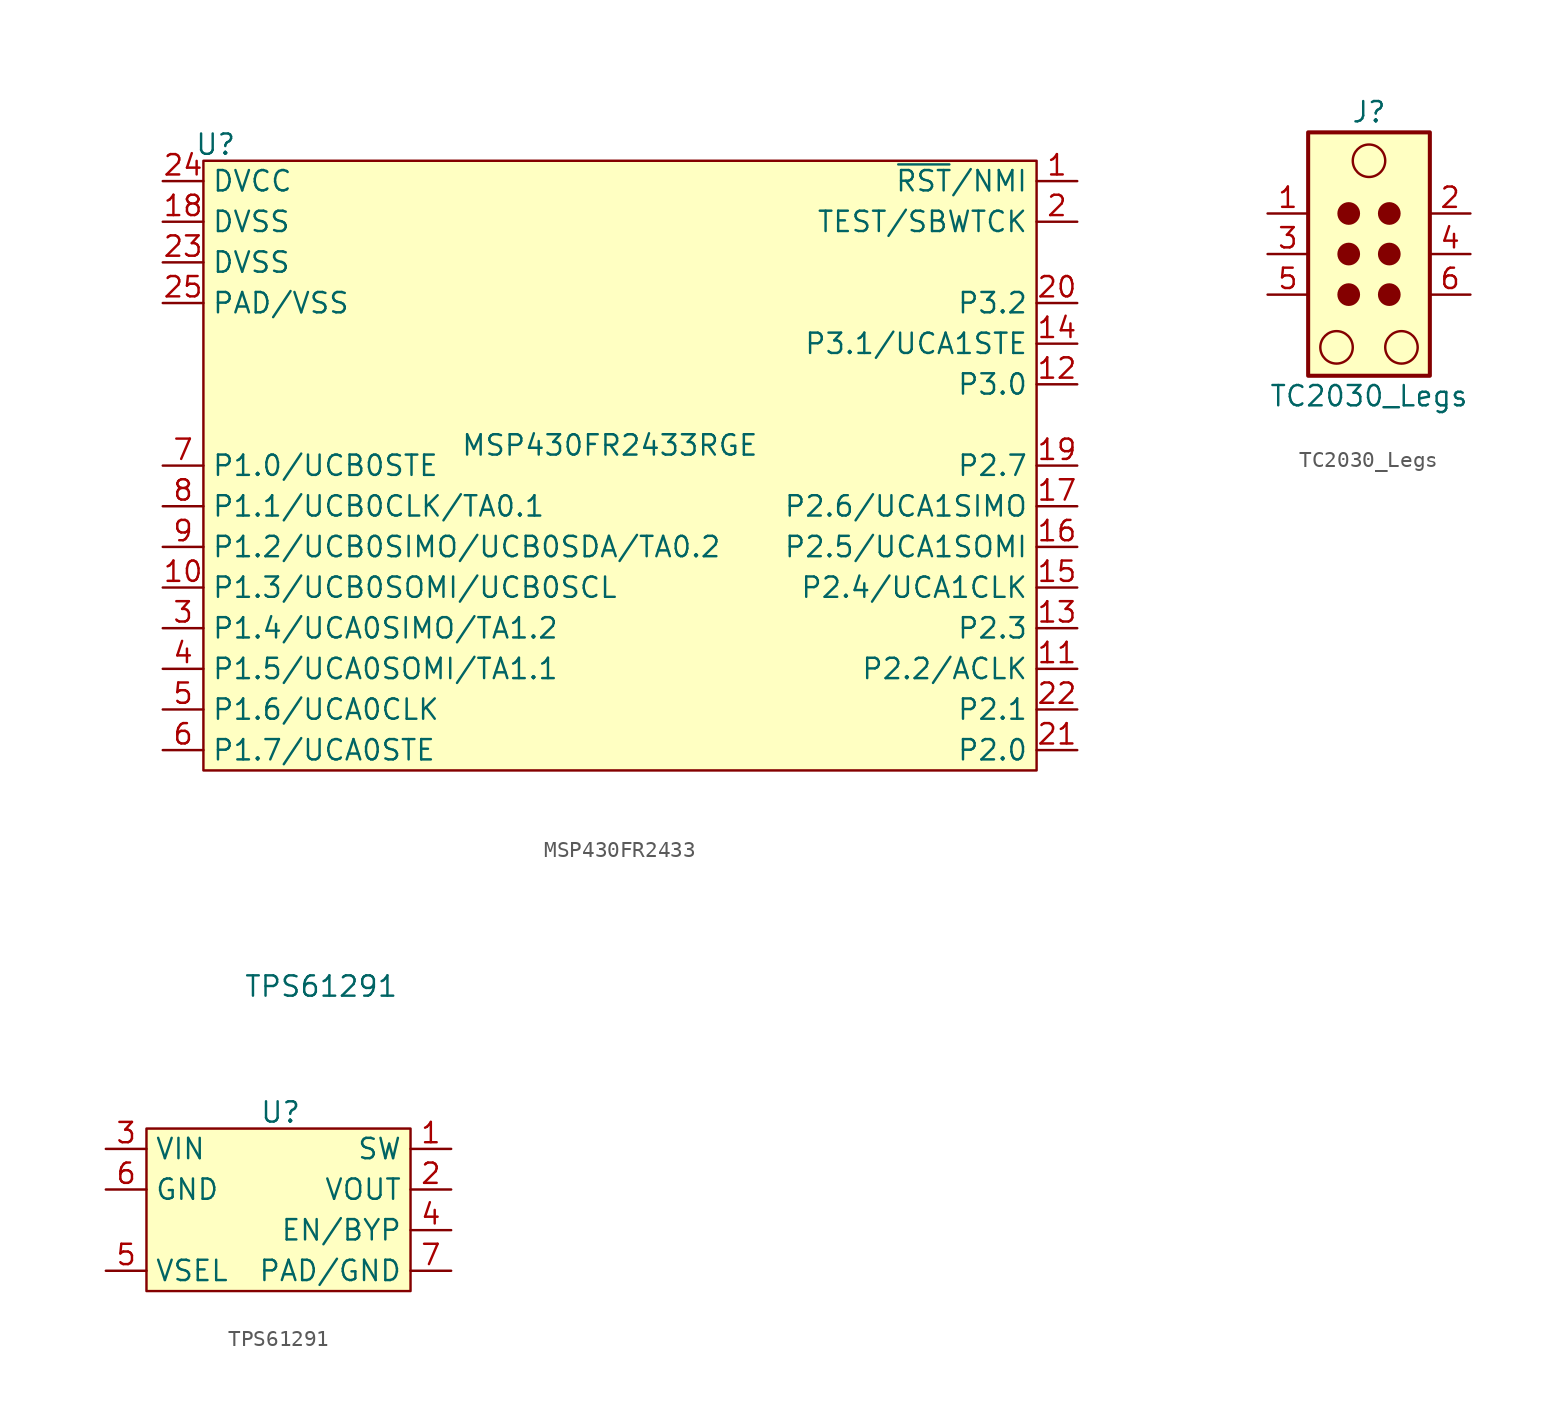
<source format=kicad_sym>
(kicad_symbol_lib
  (version 20241209)
  (generator "kicad_symbol_editor")
  (generator_version "9.0")
  (symbol "MSP430FR2433"
    (property "Reference" "U"
      (at -24.638 18.796 0)
      (effects (font (size 1.27 1.27))))
    (property "Value" "MSP430FR2433RGE"
      (at 0 0 0)
      (effects (font (size 1.27 1.27))))
    (symbol "MSP430FR2433_1_1"
      (rectangle (start -25.4 17.78) (end 26.67 -20.32) (stroke (width 0) (type solid)) (fill (type color) (color 255 255 194 1)))
      (pin power_in line (at -27.94 16.51 0) (length 2.54) (name "DVCC" (effects (font (size 1.27 1.27)))) (number "24" (effects (font (size 1.27 1.27)))))
      (pin power_in line (at -27.94 13.97 0) (length 2.54) (name "DVSS" (effects (font (size 1.27 1.27)))) (number "18" (effects (font (size 1.27 1.27)))))
      (pin power_in line (at -27.94 11.43 0) (length 2.54) (name "DVSS" (effects (font (size 1.27 1.27)))) (number "23" (effects (font (size 1.27 1.27)))))
      (pin power_in line (at -27.94 8.89 0) (length 2.54) (name "PAD/VSS" (effects (font (size 1.27 1.27)))) (number "25" (effects (font (size 1.27 1.27)))))
      (pin bidirectional line (at -27.94 -1.27 0) (length 2.54) (name "P1.0/UCB0STE" (effects (font (size 1.27 1.27)))) (number "7" (effects (font (size 1.27 1.27)))) (alternate "TA0CLK/A0" input line) (alternate "Veref+" power_in line))
      (pin bidirectional line (at -27.94 -3.81 0) (length 2.54) (name "P1.1/UCB0CLK/TA0.1" (effects (font (size 1.27 1.27)))) (number "8" (effects (font (size 1.27 1.27)))) (alternate "A1" input line))
      (pin bidirectional line (at -27.94 -6.35 0) (length 2.54) (name "P1.2/UCB0SIMO/UCB0SDA/TA0.2" (effects (font (size 1.27 1.27)))) (number "9" (effects (font (size 1.27 1.27)))) (alternate "A2" input line) (alternate "Veref-" power_in line))
      (pin bidirectional line (at -27.94 -8.89 0) (length 2.54) (name "P1.3/UCB0SOMI/UCB0SCL" (effects (font (size 1.27 1.27)))) (number "10" (effects (font (size 1.27 1.27)))) (alternate "A3" input line) (alternate "MCLK" output clock))
      (pin bidirectional line (at -27.94 -11.43 0) (length 2.54) (name "P1.4/UCA0SIMO/TA1.2" (effects (font (size 1.27 1.27)))) (number "3" (effects (font (size 1.27 1.27)))) (alternate "TCK/A4" input line) (alternate "UCA0TXD" output line) (alternate "VREF+" power_out line))
      (pin bidirectional line (at -27.94 -13.97 0) (length 2.54) (name "P1.5/UCA0SOMI/TA1.1" (effects (font (size 1.27 1.27)))) (number "4" (effects (font (size 1.27 1.27)))) (alternate "UCA0RXD/TMS/A5" input line))
      (pin bidirectional line (at -27.94 -16.51 0) (length 2.54) (name "P1.6/UCA0CLK" (effects (font (size 1.27 1.27)))) (number "5" (effects (font (size 1.27 1.27)))) (alternate "TA1CLK/TDI/TCLK/A6" input line))
      (pin bidirectional line (at -27.94 -19.05 0) (length 2.54) (name "P1.7/UCA0STE" (effects (font (size 1.27 1.27)))) (number "6" (effects (font (size 1.27 1.27)))) (alternate "A7" input line) (alternate "SMCLK/TDO" output line))
      (pin input line (at 29.21 16.51 180) (length 2.54) (name "~{RST}/NMI" (effects (font (size 1.27 1.27)))) (number "1" (effects (font (size 1.27 1.27)))) (alternate "SBWTDIO" bidirectional line))
      (pin input line (at 29.21 13.97 180) (length 2.54) (name "TEST/SBWTCK" (effects (font (size 1.27 1.27)))) (number "2" (effects (font (size 1.27 1.27)))))
      (pin bidirectional line (at 29.21 8.89 180) (length 2.54) (name "P3.2" (effects (font (size 1.27 1.27)))) (number "20" (effects (font (size 1.27 1.27)))))
      (pin bidirectional line (at 29.21 6.35 180) (length 2.54) (name "P3.1/UCA1STE" (effects (font (size 1.27 1.27)))) (number "14" (effects (font (size 1.27 1.27)))))
      (pin bidirectional line (at 29.21 3.81 180) (length 2.54) (name "P3.0" (effects (font (size 1.27 1.27)))) (number "12" (effects (font (size 1.27 1.27)))))
      (pin bidirectional line (at 29.21 -1.27 180) (length 2.54) (name "P2.7" (effects (font (size 1.27 1.27)))) (number "19" (effects (font (size 1.27 1.27)))))
      (pin bidirectional line (at 29.21 -3.81 180) (length 2.54) (name "P2.6/UCA1SIMO" (effects (font (size 1.27 1.27)))) (number "17" (effects (font (size 1.27 1.27)))) (alternate "UCA1TXD" output line))
      (pin bidirectional line (at 29.21 -6.35 180) (length 2.54) (name "P2.5/UCA1SOMI" (effects (font (size 1.27 1.27)))) (number "16" (effects (font (size 1.27 1.27)))) (alternate "UCA1RXD" input line))
      (pin bidirectional line (at 29.21 -8.89 180) (length 2.54) (name "P2.4/UCA1CLK" (effects (font (size 1.27 1.27)))) (number "15" (effects (font (size 1.27 1.27)))))
      (pin bidirectional line (at 29.21 -11.43 180) (length 2.54) (name "P2.3" (effects (font (size 1.27 1.27)))) (number "13" (effects (font (size 1.27 1.27)))))
      (pin bidirectional line (at 29.21 -13.97 180) (length 2.54) (name "P2.2/ACLK" (effects (font (size 1.27 1.27)))) (number "11" (effects (font (size 1.27 1.27)))))
      (pin bidirectional line (at 29.21 -16.51 180) (length 2.54) (name "P2.1" (effects (font (size 1.27 1.27)))) (number "22" (effects (font (size 1.27 1.27)))) (alternate "XIN" input clock))
      (pin bidirectional line (at 29.21 -19.05 180) (length 2.54) (name "P2.0" (effects (font (size 1.27 1.27)))) (number "21" (effects (font (size 1.27 1.27)))) (alternate "XOUT" output clock))))
  (symbol "TC2030_Legs"
    (property "Reference" "J"
      (at 1.27 8.89 0)
      (effects (font (size 1.27 1.27))))
    (property "Value" "TC2030_Legs"
      (at 1.27 -8.89 0)
      (effects (font (size 1.27 1.27))))
    (symbol "TC2030_Legs_1_1"
      (rectangle (start -2.54 7.62) (end 5.08 -7.62) (stroke (width 0.254) (type default)) (fill (type background)))
      (circle (center -0.762 -5.842) (radius 1.016) (stroke (width 0) (type default)) (fill (type none)))
      (circle (center 0 2.54) (radius 0.635) (stroke (width 0) (type default)) (fill (type outline)))
      (circle (center 0 0) (radius 0.635) (stroke (width 0) (type default)) (fill (type outline)))
      (circle (center 0 -2.54) (radius 0.635) (stroke (width 0) (type default)) (fill (type outline)))
      (circle (center 1.27 5.842) (radius 1.016) (stroke (width 0) (type default)) (fill (type none)))
      (circle (center 2.54 2.54) (radius 0.635) (stroke (width 0) (type default)) (fill (type outline)))
      (circle (center 2.54 0) (radius 0.635) (stroke (width 0) (type default)) (fill (type outline)))
      (circle (center 2.54 -2.54) (radius 0.635) (stroke (width 0) (type default)) (fill (type outline)))
      (circle (center 3.302 -5.842) (radius 1.016) (stroke (width 0) (type default)) (fill (type none)))
      (pin passive line (at -5.08 2.54 0) (length 2.54) (name "~" (effects (font (size 1.27 1.27)))) (number "1" (effects (font (size 1.27 1.27)))))
      (pin passive line (at -5.08 0 0) (length 2.54) (name "~" (effects (font (size 1.27 1.27)))) (number "3" (effects (font (size 1.27 1.27)))))
      (pin passive line (at -5.08 -2.54 0) (length 2.54) (name "~" (effects (font (size 1.27 1.27)))) (number "5" (effects (font (size 1.27 1.27)))))
      (pin passive line (at 7.62 2.54 180) (length 2.54) (name "~" (effects (font (size 1.27 1.27)))) (number "2" (effects (font (size 1.27 1.27)))))
      (pin passive line (at 7.62 0 180) (length 2.54) (name "~" (effects (font (size 1.27 1.27)))) (number "4" (effects (font (size 1.27 1.27)))))
      (pin passive line (at 7.62 -2.54 180) (length 2.54) (name "~" (effects (font (size 1.27 1.27)))) (number "6" (effects (font (size 1.27 1.27)))))))
  (symbol "TPS61291"
    (property "Reference" "U"
      (at 2.032 6.096 0)
      (effects (font (size 1.27 1.27))))
    (property "Value" "TPS61291"
      (at 4.572 13.97 0)
      (effects (font (size 1.27 1.27))))
    (symbol "TPS61291_1_1"
      (text_box "" (at -6.35 5.08 0) (size 16.51 -10.16) (margins 1.016 1.016 1.016 1.016) (stroke (width 0) (type solid)) (fill (type color) (color 255 255 194 1)) (effects (font (size 1.27 1.27)) (justify left top)))
      (pin power_in line (at -8.89 3.81 0) (length 2.54) (name "VIN" (effects (font (size 1.27 1.27)))) (number "3" (effects (font (size 1.27 1.27)))))
      (pin power_in line (at -8.89 1.27 0) (length 2.54) (name "GND" (effects (font (size 1.27 1.27)))) (number "6" (effects (font (size 1.27 1.27)))))
      (pin input line (at -8.89 -3.81 0) (length 2.54) (name "VSEL" (effects (font (size 1.27 1.27)))) (number "5" (effects (font (size 1.27 1.27)))))
      (pin input line (at 12.7 3.81 180) (length 2.54) (name "SW" (effects (font (size 1.27 1.27)))) (number "1" (effects (font (size 1.27 1.27)))))
      (pin power_out line (at 12.7 1.27 180) (length 2.54) (name "VOUT" (effects (font (size 1.27 1.27)))) (number "2" (effects (font (size 1.27 1.27)))))
      (pin input line (at 12.7 -1.27 180) (length 2.54) (name "EN/BYP" (effects (font (size 1.27 1.27)))) (number "4" (effects (font (size 1.27 1.27)))))
      (pin power_in line (at 12.7 -3.81 180) (length 2.54) (name "PAD/GND" (effects (font (size 1.27 1.27)))) (number "7" (effects (font (size 1.27 1.27))))))))
</source>
